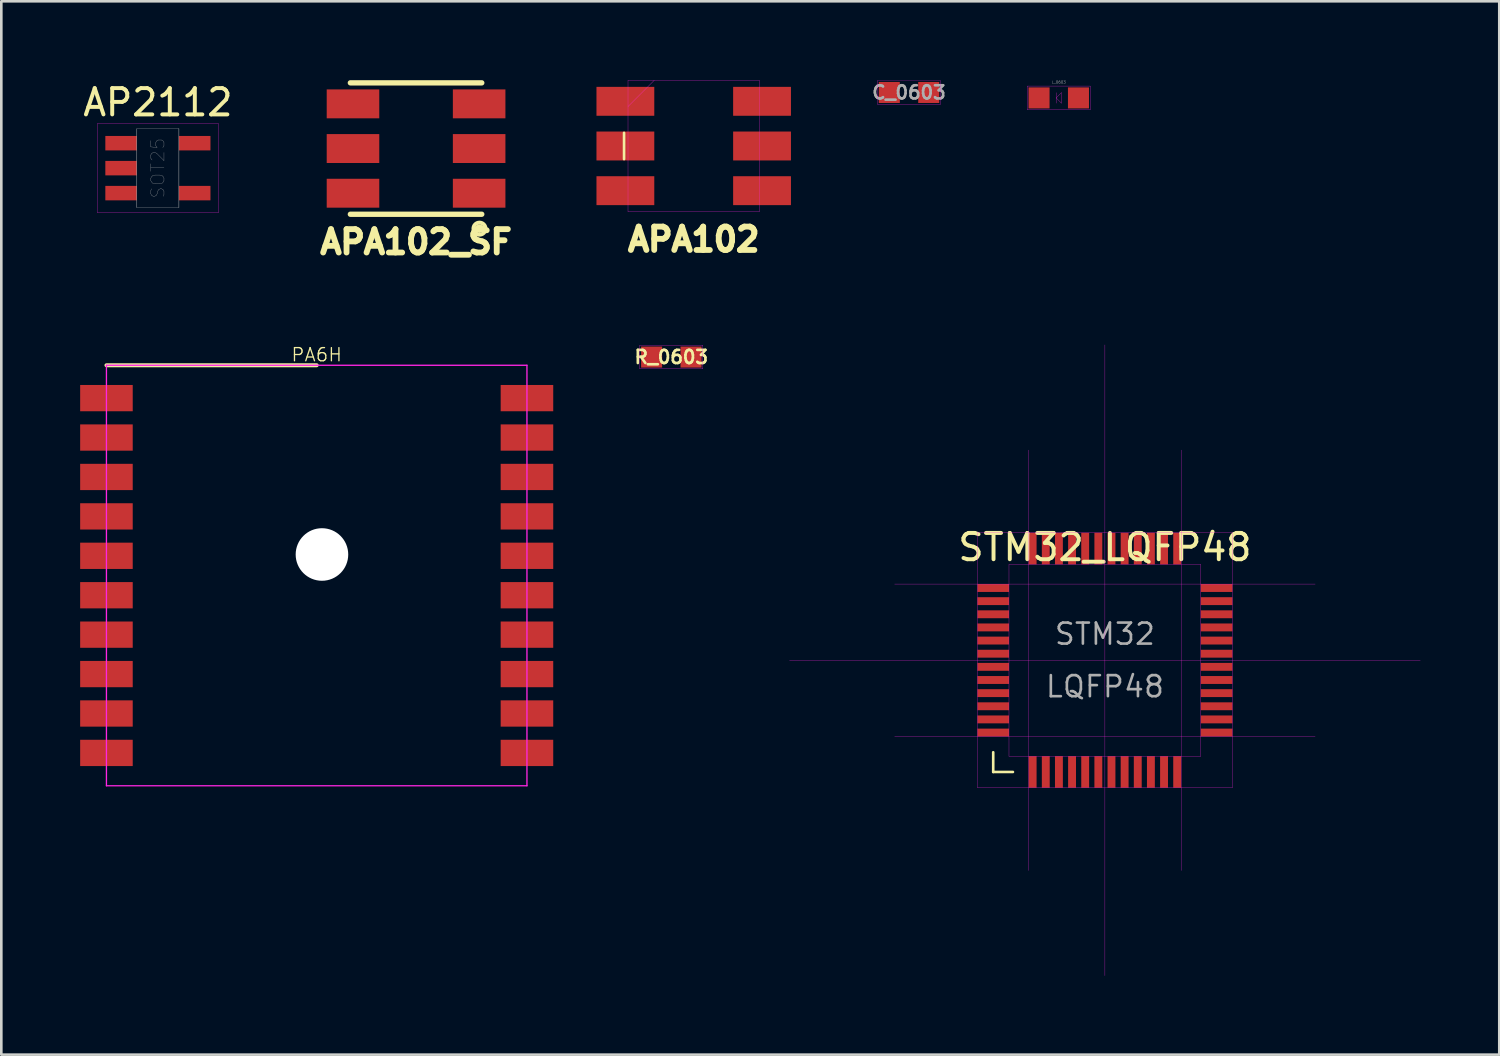
<source format=kicad_pcb>
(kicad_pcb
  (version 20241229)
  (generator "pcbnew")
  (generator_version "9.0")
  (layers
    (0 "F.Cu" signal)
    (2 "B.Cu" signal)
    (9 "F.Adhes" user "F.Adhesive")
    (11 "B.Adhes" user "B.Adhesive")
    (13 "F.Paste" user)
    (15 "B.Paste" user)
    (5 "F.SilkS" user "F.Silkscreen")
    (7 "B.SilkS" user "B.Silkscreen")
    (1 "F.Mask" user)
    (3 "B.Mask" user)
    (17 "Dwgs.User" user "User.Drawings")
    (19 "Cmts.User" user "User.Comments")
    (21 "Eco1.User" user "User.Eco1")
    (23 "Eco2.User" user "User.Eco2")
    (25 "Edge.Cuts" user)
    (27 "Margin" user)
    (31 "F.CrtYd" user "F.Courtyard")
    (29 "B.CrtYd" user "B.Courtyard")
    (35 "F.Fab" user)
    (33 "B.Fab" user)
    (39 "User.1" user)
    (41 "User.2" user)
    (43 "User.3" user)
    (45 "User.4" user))
  (footprint "R_0603"
    (layer "F.Cu")
    (at 22.493 10.536)
    (property "Reference" "R_0603" (at 0 0 0) (layer "F.SilkS") (effects (font (size 0.5 0.5) (thickness 0.1))))
    (attr smd)
    (fp_line (start -1.2 -0.45) (end -1.2 0.45) (stroke (width 0.01) (type solid)) (layer "F.CrtYd"))
    (fp_line (start -1.2 -0.45) (end 1.2 -0.45) (stroke (width 0.01) (type solid)) (layer "F.CrtYd"))
    (fp_line (start -1.2 0.45) (end 1.2 0.45) (stroke (width 0.01) (type solid)) (layer "F.CrtYd"))
    (fp_line (start 1.2 -0.45) (end 1.2 0.45) (stroke (width 0.01) (type solid)) (layer "F.CrtYd"))
    (pad "1" smd rect (at -0.75 0) (size 0.8 0.8) (layers "F.Cu" "F.Mask" "F.Paste"))
    (pad "2" smd rect (at 0.75 0) (size 0.8 0.8) (layers "F.Cu" "F.Mask" "F.Paste")))
  (footprint "L_0603"
    (layer "F.Cu")
    (at 37.235 0.676)
    (property "Reference" "L_0603" (at 0 -0.6 0) (layer "F.Fab") (effects (font (size 0.1 0.1) (thickness 0.01))))
    (attr smd)
    (fp_line (start -1.2 -0.45) (end -1.2 0.45) (stroke (width 0.01) (type solid)) (layer "F.CrtYd"))
    (fp_line (start -1.2 -0.45) (end 1.2 -0.45) (stroke (width 0.01) (type solid)) (layer "F.CrtYd"))
    (fp_line (start -1.2 0.45) (end 1.2 0.45) (stroke (width 0.01) (type solid)) (layer "F.CrtYd"))
    (fp_line (start -0.1 0) (end 0.1 -0.2) (stroke (width 0.01) (type solid)) (layer "F.CrtYd"))
    (fp_line (start -0.1 0) (end 0.1 0.2) (stroke (width 0.01) (type solid)) (layer "F.CrtYd"))
    (fp_line (start -0.1 0.2) (end -0.1 -0.2) (stroke (width 0.01) (type solid)) (layer "F.CrtYd"))
    (fp_line (start 0.1 0.2) (end 0.1 -0.2) (stroke (width 0.01) (type solid)) (layer "F.CrtYd"))
    (fp_line (start 1.2 -0.45) (end 1.2 0.45) (stroke (width 0.01) (type solid)) (layer "F.CrtYd"))
    (pad "1" smd rect (at -0.75 0) (size 0.8 0.8) (layers "F.Cu" "F.Mask" "F.Paste"))
    (pad "2" smd rect (at 0.75 0) (size 0.8 0.8) (layers "F.Cu" "F.Mask" "F.Paste")))
  (footprint "APA102_SF"
    (layer "F.Cu")
    (at 12.781 2.602)
    (property "Reference" "APA102_SF" (at 0 3.556 180) (layer "F.SilkS") (effects (font (size 0.889 0.889) (thickness 0.222))))
    (attr through_hole)
    (fp_line (start -2.5 -2.5) (end 2.5 -2.5) (stroke (width 0.203) (type solid)) (layer "F.SilkS"))
    (fp_line (start -2.5 2.5) (end 2.5 2.5) (stroke (width 0.203) (type solid)) (layer "F.SilkS"))
    (fp_circle (center 2.413 3.048) (end 2.477 3.111) (stroke (width 0.15) (type solid)) (fill no) (layer "F.SilkS"))
    (fp_circle (center 2.413 3.048) (end 2.54 3.239) (stroke (width 0.15) (type solid)) (fill no) (layer "F.SilkS"))
    (pad "CI" smd rect (at 2.4 0 180) (size 2 1.1) (layers "F.Cu" "F.Mask" "F.Paste"))
    (pad "CO" smd rect (at -2.4 0) (size 2 1.1) (layers "F.Cu" "F.Mask" "F.Paste"))
    (pad "DI" smd rect (at 2.4 1.7 180) (size 2 1.1) (layers "F.Cu" "F.Mask" "F.Paste"))
    (pad "DO" smd rect (at -2.4 1.7) (size 2 1.1) (layers "F.Cu" "F.Mask" "F.Paste"))
    (pad "GND" smd rect (at 2.4 -1.7 180) (size 2 1.1) (layers "F.Cu" "F.Mask" "F.Paste"))
    (pad "VCC" smd rect (at -2.4 -1.7) (size 2 1.1) (layers "F.Cu" "F.Mask" "F.Paste")))
  (footprint "C_0603"
    (layer "F.Cu")
    (at 31.537 0.468)
    (property "Reference" "C_0603" (at 0 0 0) (layer "F.Fab") (effects (font (size 0.5 0.5) (thickness 0.1))))
    (attr smd)
    (fp_line (start -1.2 -0.45) (end -1.2 0.45) (stroke (width 0.01) (type solid)) (layer "F.CrtYd"))
    (fp_line (start -1.2 -0.45) (end 1.2 -0.45) (stroke (width 0.01) (type solid)) (layer "F.CrtYd"))
    (fp_line (start -1.2 0.45) (end 1.2 0.45) (stroke (width 0.01) (type solid)) (layer "F.CrtYd"))
    (fp_line (start 1.2 -0.45) (end 1.2 0.45) (stroke (width 0.01) (type solid)) (layer "F.CrtYd"))
    (pad "1" smd rect (at -0.75 0) (size 0.8 0.8) (layers "F.Cu" "F.Mask" "F.Paste"))
    (pad "2" smd rect (at 0.75 0) (size 0.8 0.8) (layers "F.Cu" "F.Mask" "F.Paste")))
  (footprint "AP2112"
    (layer "F.Cu")
    (at 2.958 3.348)
    (property "Reference" "AP2112" (at 0 -2.5 0) (layer "F.SilkS") (effects (font (size 1 1) (thickness 0.15))))
    (attr smd)
    (fp_line (start -2.3 -1.7) (end -2.3 1.7) (stroke (width 0.01) (type solid)) (layer "F.CrtYd"))
    (fp_line (start -2.3 -1.7) (end 2.3 -1.7) (stroke (width 0.01) (type solid)) (layer "F.CrtYd"))
    (fp_line (start 2.3 1.7) (end -2.3 1.7) (stroke (width 0.01) (type solid)) (layer "F.CrtYd"))
    (fp_line (start 2.3 1.7) (end 2.3 -1.7) (stroke (width 0.01) (type solid)) (layer "F.CrtYd"))
    (fp_line (start -0.8 -1.5) (end -0.8 1.5) (stroke (width 0.01) (type solid)) (layer "F.Fab"))
    (fp_line (start -0.8 -1.5) (end -0.8 1.5) (stroke (width 0.01) (type solid)) (layer "F.Fab"))
    (fp_line (start -0.8 -1.5) (end 0.8 -1.5) (stroke (width 0.01) (type solid)) (layer "F.Fab"))
    (fp_line (start -0.8 1.5) (end 0.8 1.5) (stroke (width 0.01) (type solid)) (layer "F.Fab"))
    (fp_line (start 0.8 -1.5) (end 0.8 1.5) (stroke (width 0.01) (type solid)) (layer "F.Fab"))
    (fp_line (start 0.8 -1.5) (end 0.8 1.5) (stroke (width 0.01) (type solid)) (layer "F.Fab"))
    (fp_text user "SOT25" (at 0 0 90) (layer "F.Fab") (effects (font (size 0.5 0.5) (thickness 0.01))))
    (pad "EN" smd rect (at -1.4 0.95) (size 1.2 0.55) (layers "F.Cu" "F.Mask" "F.Paste"))
    (pad "GND" smd rect (at -1.4 0) (size 1.2 0.55) (layers "F.Cu" "F.Mask" "F.Paste"))
    (pad "NC" smd rect (at 1.4 0.95) (size 1.2 0.55) (layers "F.Cu" "F.Mask" "F.Paste"))
    (pad "VIN" smd rect (at -1.4 -0.95) (size 1.2 0.55) (layers "F.Cu" "F.Mask" "F.Paste"))
    (pad "VOUT" smd rect (at 1.4 -0.95) (size 1.2 0.55) (layers "F.Cu" "F.Mask" "F.Paste")))
  (footprint "PA6H"
    (layer "F.Cu")
    (at 9 18.848)
    (property "Reference" "PA6H" (at 0 -8.4 0) (layer "F.SilkS") (effects (font (size 0.5 0.5) (thickness 0.05))))
    (attr smd)
    (fp_line (start -8 -8) (end 0 -8) (stroke (width 0.15) (type solid)) (layer "F.SilkS"))
    (fp_line (start -8 -8) (end -8 8) (stroke (width 0.05) (type solid)) (layer "F.CrtYd"))
    (fp_line (start -8 -8) (end 8 -8) (stroke (width 0.05) (type solid)) (layer "F.CrtYd"))
    (fp_line (start -8 8) (end 8 8) (stroke (width 0.05) (type solid)) (layer "F.CrtYd"))
    (fp_line (start 8 -8) (end 8 8) (stroke (width 0.05) (type solid)) (layer "F.CrtYd"))
    (pad "" np_thru_hole circle (at 0.2 -0.8) (size 2 2) (drill 2) (layers "F.Cu" "F.Mask" "F.Paste"))
    (pad "1" smd rect (at -8 -6.75) (size 2 1) (layers "F.Cu" "F.Mask" "F.Paste"))
    (pad "2" smd rect (at -8 -5.25) (size 2 1) (layers "F.Cu" "F.Mask" "F.Paste"))
    (pad "3" smd rect (at -8 -3.75) (size 2 1) (layers "F.Cu" "F.Mask" "F.Paste"))
    (pad "4" smd rect (at -8 -2.25) (size 2 1) (layers "F.Cu" "F.Mask" "F.Paste"))
    (pad "5" smd rect (at -8 -0.75) (size 2 1) (layers "F.Cu" "F.Mask" "F.Paste"))
    (pad "6" smd rect (at -8 0.75) (size 2 1) (layers "F.Cu" "F.Mask" "F.Paste"))
    (pad "7" smd rect (at -8 2.25) (size 2 1) (layers "F.Cu" "F.Mask" "F.Paste"))
    (pad "8" smd rect (at -8 3.75) (size 2 1) (layers "F.Cu" "F.Mask" "F.Paste"))
    (pad "9" smd rect (at -8 5.25) (size 2 1) (layers "F.Cu" "F.Mask" "F.Paste"))
    (pad "10" smd rect (at -8 6.75) (size 2 1) (layers "F.Cu" "F.Mask" "F.Paste"))
    (pad "11" smd rect (at 8 6.75) (size 2 1) (layers "F.Cu" "F.Mask" "F.Paste"))
    (pad "12" smd rect (at 8 5.25) (size 2 1) (layers "F.Cu" "F.Mask" "F.Paste"))
    (pad "13" smd rect (at 8 3.75) (size 2 1) (layers "F.Cu" "F.Mask" "F.Paste"))
    (pad "14" smd rect (at 8 2.25) (size 2 1) (layers "F.Cu" "F.Mask" "F.Paste"))
    (pad "15" smd rect (at 8 0.75) (size 2 1) (layers "F.Cu" "F.Mask" "F.Paste"))
    (pad "16" smd rect (at 8 -0.75) (size 2 1) (layers "F.Cu" "F.Mask" "F.Paste"))
    (pad "17" smd rect (at 8 -2.25) (size 2 1) (layers "F.Cu" "F.Mask" "F.Paste"))
    (pad "18" smd rect (at 8 -3.75) (size 2 1) (layers "F.Cu" "F.Mask" "F.Paste"))
    (pad "19" smd rect (at 8 -5.25) (size 2 1) (layers "F.Cu" "F.Mask" "F.Paste"))
    (pad "20" smd rect (at 8 -6.75) (size 2 1) (layers "F.Cu" "F.Mask" "F.Paste")))
  (footprint "STM32_LQFP48"
    (layer "F.Cu")
    (at 38.991 22.073)
    (property "Reference" "STM32_LQFP48" (at 0 -4.3 0) (layer "F.SilkS") (effects (font (size 1 1) (thickness 0.15))))
    (attr smd)
    (fp_line (start -4.25 4.25) (end -4.25 3.5) (stroke (width 0.1) (type solid)) (layer "F.SilkS"))
    (fp_line (start -4.25 4.25) (end -3.5 4.25) (stroke (width 0.1) (type solid)) (layer "F.SilkS"))
    (fp_line (start -12 0) (end 12 0) (stroke (width 0.01) (type solid)) (layer "F.CrtYd"))
    (fp_line (start -8 -2.9) (end 8 -2.9) (stroke (width 0.01) (type solid)) (layer "F.CrtYd"))
    (fp_line (start -8 2.9) (end 8 2.9) (stroke (width 0.01) (type solid)) (layer "F.CrtYd"))
    (fp_line (start -4.85 -4.85) (end -4.85 4.85) (stroke (width 0.01) (type solid)) (layer "F.CrtYd"))
    (fp_line (start -4.85 -4.85) (end 4.85 -4.85) (stroke (width 0.01) (type solid)) (layer "F.CrtYd"))
    (fp_line (start -4.85 4.85) (end 4.85 4.85) (stroke (width 0.01) (type solid)) (layer "F.CrtYd"))
    (fp_line (start -3.65 -3.65) (end -3.65 3.65) (stroke (width 0.01) (type solid)) (layer "F.CrtYd"))
    (fp_line (start -3.65 -3.65) (end 3.65 -3.65) (stroke (width 0.01) (type solid)) (layer "F.CrtYd"))
    (fp_line (start -3.65 3.65) (end 3.65 3.65) (stroke (width 0.01) (type solid)) (layer "F.CrtYd"))
    (fp_line (start -2.9 -8) (end -2.9 8) (stroke (width 0.01) (type solid)) (layer "F.CrtYd"))
    (fp_line (start 0 -12) (end 0 12) (stroke (width 0.01) (type solid)) (layer "F.CrtYd"))
    (fp_line (start 2.9 -8) (end 2.9 8) (stroke (width 0.01) (type solid)) (layer "F.CrtYd"))
    (fp_line (start 3.65 -3.65) (end 3.65 3.65) (stroke (width 0.01) (type solid)) (layer "F.CrtYd"))
    (fp_line (start 4.85 -4.85) (end 4.85 4.85) (stroke (width 0.01) (type solid)) (layer "F.CrtYd"))
    (fp_text user "LQFP48" (at 0 1 0) (layer "F.Fab") (effects (font (size 0.8 0.8) (thickness 0.1))))
    (fp_text user "STM32" (at 0 -1 0) (layer "F.Fab") (effects (font (size 0.8 0.8) (thickness 0.1))))
    (pad "GND" smd rect (at 0.25 4.25) (size 0.3 1.2) (layers "F.Cu" "F.Mask" "F.Paste"))
    (pad "PA0" smd rect (at 2.25 4.25) (size 0.3 1.2) (layers "F.Cu" "F.Mask" "F.Paste"))
    (pad "PA1" smd rect (at 2.75 4.25) (size 0.3 1.2) (layers "F.Cu" "F.Mask" "F.Paste"))
    (pad "PA2" smd rect (at 4.25 2.75) (size 1.2 0.3) (layers "F.Cu" "F.Mask" "F.Paste"))
    (pad "PA3" smd rect (at 4.25 2.25) (size 1.2 0.3) (layers "F.Cu" "F.Mask" "F.Paste"))
    (pad "PA4" smd rect (at 4.25 1.75) (size 1.2 0.3) (layers "F.Cu" "F.Mask" "F.Paste"))
    (pad "PA5" smd rect (at 4.25 1.25) (size 1.2 0.3) (layers "F.Cu" "F.Mask" "F.Paste"))
    (pad "PA6" smd rect (at 4.25 0.75) (size 1.2 0.3) (layers "F.Cu" "F.Mask" "F.Paste"))
    (pad "PA7" smd rect (at 4.25 0.25) (size 1.2 0.3) (layers "F.Cu" "F.Mask" "F.Paste"))
    (pad "PA8" smd rect (at 1.25 -4.25) (size 0.3 1.2) (layers "F.Cu" "F.Mask" "F.Paste"))
    (pad "PA9" smd rect (at 0.75 -4.25) (size 0.3 1.2) (layers "F.Cu" "F.Mask" "F.Paste"))
    (pad "PA10" smd rect (at -0.75 -4.25) (size 0.3 1.2) (layers "F.Cu" "F.Mask" "F.Paste"))
    (pad "PA11" smd rect (at -1.25 -4.25) (size 0.3 1.2) (layers "F.Cu" "F.Mask" "F.Paste"))
    (pad "PA12" smd rect (at -1.75 -4.25) (size 0.3 1.2) (layers "F.Cu" "F.Mask" "F.Paste"))
    (pad "PA13" smd rect (at -2.25 -4.25) (size 0.3 1.2) (layers "F.Cu" "F.Mask" "F.Paste"))
    (pad "PA14" smd rect (at -2.75 -4.25) (size 0.3 1.2) (layers "F.Cu" "F.Mask" "F.Paste"))
    (pad "PA15" smd rect (at -4.25 -2.75) (size 1.2 0.3) (layers "F.Cu" "F.Mask" "F.Paste"))
    (pad "PB0" smd rect (at 4.25 -0.25) (size 1.2 0.3) (layers "F.Cu" "F.Mask" "F.Paste"))
    (pad "PB1" smd rect (at 4.25 -0.75) (size 1.2 0.3) (layers "F.Cu" "F.Mask" "F.Paste"))
    (pad "PB2" smd rect (at 4.25 -1.25) (size 1.2 0.3) (layers "F.Cu" "F.Mask" "F.Paste"))
    (pad "PB3" smd rect (at -4.25 -0.25) (size 1.2 0.3) (layers "F.Cu" "F.Mask" "F.Paste"))
    (pad "PB4" smd rect (at -4.25 0.25) (size 1.2 0.3) (layers "F.Cu" "F.Mask" "F.Paste"))
    (pad "PB5" smd rect (at -4.25 0.75) (size 1.2 0.3) (layers "F.Cu" "F.Mask" "F.Paste"))
    (pad "PB6" smd rect (at -4.25 1.25) (size 1.2 0.3) (layers "F.Cu" "F.Mask" "F.Paste"))
    (pad "PB7" smd rect (at -4.25 1.75) (size 1.2 0.3) (layers "F.Cu" "F.Mask" "F.Paste"))
    (pad "PB8" smd rect (at -4.25 2.25) (size 1.2 0.3) (layers "F.Cu" "F.Mask" "F.Paste"))
    (pad "PB9" smd rect (at -4.25 2.75) (size 1.2 0.3) (layers "F.Cu" "F.Mask" "F.Paste"))
    (pad "PB10" smd rect (at 4.25 -1.75) (size 1.2 0.3) (layers "F.Cu" "F.Mask" "F.Paste"))
    (pad "PB11" smd rect (at 4.25 -2.25) (size 1.2 0.3) (layers "F.Cu" "F.Mask" "F.Paste"))
    (pad "PB12" smd rect (at 4.25 -2.75) (size 1.2 0.3) (layers "F.Cu" "F.Mask" "F.Paste"))
    (pad "PB13" smd rect (at 2.75 -4.25) (size 0.3 1.2) (layers "F.Cu" "F.Mask" "F.Paste"))
    (pad "PB14" smd rect (at 2.25 -4.25) (size 0.3 1.2) (layers "F.Cu" "F.Mask" "F.Paste"))
    (pad "PB15" smd rect (at 1.75 -4.25) (size 0.3 1.2) (layers "F.Cu" "F.Mask" "F.Paste"))
    (pad "PC6" smd rect (at 0.25 -4.25) (size 0.3 1.2) (layers "F.Cu" "F.Mask" "F.Paste"))
    (pad "PC7" smd rect (at -0.25 -4.25) (size 0.3 1.2) (layers "F.Cu" "F.Mask" "F.Paste"))
    (pad "PC13" smd rect (at -2.75 4.25) (size 0.3 1.2) (layers "F.Cu" "F.Mask" "F.Paste"))
    (pad "PC14" smd rect (at -2.25 4.25) (size 0.3 1.2) (layers "F.Cu" "F.Mask" "F.Paste"))
    (pad "PC15" smd rect (at -1.75 4.25) (size 0.3 1.2) (layers "F.Cu" "F.Mask" "F.Paste"))
    (pad "PD0" smd rect (at -4.25 -2.25) (size 1.2 0.3) (layers "F.Cu" "F.Mask" "F.Paste"))
    (pad "PD1" smd rect (at -4.25 -1.75) (size 1.2 0.3) (layers "F.Cu" "F.Mask" "F.Paste"))
    (pad "PD2" smd rect (at -4.25 -1.25) (size 1.2 0.3) (layers "F.Cu" "F.Mask" "F.Paste"))
    (pad "PD3" smd rect (at -4.25 -0.75) (size 1.2 0.3) (layers "F.Cu" "F.Mask" "F.Paste"))
    (pad "PF0" smd rect (at 0.75 4.25) (size 0.3 1.2) (layers "F.Cu" "F.Mask" "F.Paste"))
    (pad "PF1" smd rect (at 1.25 4.25) (size 0.3 1.2) (layers "F.Cu" "F.Mask" "F.Paste"))
    (pad "PF2" smd rect (at 1.75 4.25) (size 0.3 1.2) (layers "F.Cu" "F.Mask" "F.Paste"))
    (pad "VBAT" smd rect (at -1.25 4.25) (size 0.3 1.2) (layers "F.Cu" "F.Mask" "F.Paste"))
    (pad "VDD" smd rect (at -0.25 4.25) (size 0.3 1.2) (layers "F.Cu" "F.Mask" "F.Paste"))
    (pad "VREF" smd rect (at -0.75 4.25) (size 0.3 1.2) (layers "F.Cu" "F.Mask" "F.Paste")))
  (footprint "APA102"
    (layer "F.Cu")
    (at 23.345 2.505)
    (property "Reference" "APA102" (at 0 3.556 180) (layer "F.SilkS") (effects (font (size 0.889 0.889) (thickness 0.222))))
    (attr through_hole)
    (fp_line (start -2.65 -0.5) (end -2.65 0.5) (stroke (width 0.1) (type solid)) (layer "F.SilkS"))
    (fp_line (start -2.5 2.5) (end -2.5 -2.5) (stroke (width 0.01) (type solid)) (layer "F.CrtYd"))
    (fp_line (start -1.5 -2.5) (end -2.5 -1.5) (stroke (width 0.01) (type solid)) (layer "F.CrtYd"))
    (fp_line (start 2.5 -2.5) (end -2.5 -2.5) (stroke (width 0.01) (type solid)) (layer "F.CrtYd"))
    (fp_line (start 2.5 2.5) (end -2.5 2.5) (stroke (width 0.01) (type solid)) (layer "F.CrtYd"))
    (fp_line (start 2.5 2.5) (end 2.5 -2.5) (stroke (width 0.01) (type solid)) (layer "F.CrtYd"))
    (pad "CI" smd rect (at -2.6 0) (size 2.2 1.1) (layers "F.Cu" "F.Mask" "F.Paste"))
    (pad "CO" smd rect (at 2.6 0) (size 2.2 1.1) (layers "F.Cu" "F.Mask" "F.Paste"))
    (pad "DI" smd rect (at -2.6 -1.7) (size 2.2 1.1) (layers "F.Cu" "F.Mask" "F.Paste"))
    (pad "DO" smd rect (at 2.6 -1.7) (size 2.2 1.1) (layers "F.Cu" "F.Mask" "F.Paste"))
    (pad "GND" smd rect (at -2.6 1.7) (size 2.2 1.1) (layers "F.Cu" "F.Mask" "F.Paste"))
    (pad "VCC" smd rect (at 2.6 1.7) (size 2.2 1.1) (layers "F.Cu" "F.Mask" "F.Paste")))
  (gr_rect
    (start -3 -3)
    (end 53.996 37.078)
    (stroke (width 0.1) (type default))
    (fill no)
    (layer "Edge.Cuts")))
</source>
